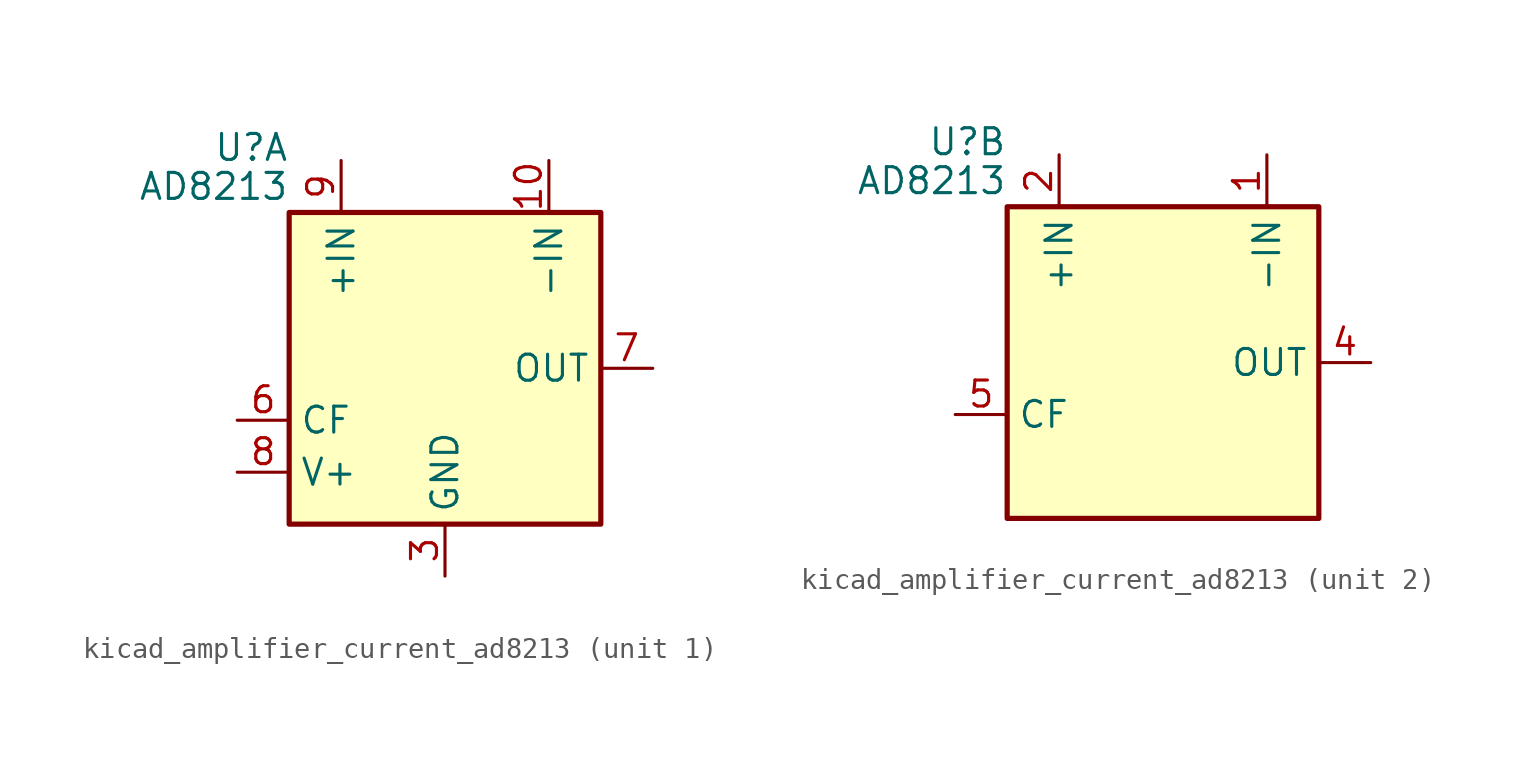
<source format=kicad_sym>
(kicad_symbol_lib
  (version 20220914)
  (generator kicad_symbol_editor)
  (symbol "kicad_amplifier_current_ad8213"
    (property "Reference" "U"
      (at -7.62 10.795 0)
      (effects (font (size 1.27 1.27)) (justify right)))
    (property "Value" "AD8213"
      (at -7.62 8.89 0)
      (effects (font (size 1.27 1.27)) (justify right)))
    (symbol "kicad_amplifier_current_ad8213_0_1"
      (rectangle (start -7.62 7.62) (end 7.62 -7.62) (stroke (width 0.254) (type default)) (fill (type background))))
    (symbol "kicad_amplifier_current_ad8213_1_1"
      (pin input line (at 5.08 10.16 270) (length 2.54) (name "-IN" (effects (font (size 1.27 1.27)))) (number "10" (effects (font (size 1.27 1.27)))))
      (pin power_in line (at 0 -10.16 90) (length 2.54) (name "GND" (effects (font (size 1.27 1.27)))) (number "3" (effects (font (size 1.27 1.27)))))
      (pin passive line (at -10.16 -2.54 0) (length 2.54) (name "CF" (effects (font (size 1.27 1.27)))) (number "6" (effects (font (size 1.27 1.27)))))
      (pin output line (at 10.16 0 180) (length 2.54) (name "OUT" (effects (font (size 1.27 1.27)))) (number "7" (effects (font (size 1.27 1.27)))))
      (pin power_in line (at -10.16 -5.08 0) (length 2.54) (name "V+" (effects (font (size 1.27 1.27)))) (number "8" (effects (font (size 1.27 1.27)))))
      (pin input line (at -5.08 10.16 270) (length 2.54) (name "+IN" (effects (font (size 1.27 1.27)))) (number "9" (effects (font (size 1.27 1.27))))))
    (symbol "kicad_amplifier_current_ad8213_2_1"
      (pin input line (at 5.08 10.16 270) (length 2.54) (name "-IN" (effects (font (size 1.27 1.27)))) (number "1" (effects (font (size 1.27 1.27)))))
      (pin input line (at -5.08 10.16 270) (length 2.54) (name "+IN" (effects (font (size 1.27 1.27)))) (number "2" (effects (font (size 1.27 1.27)))))
      (pin output line (at 10.16 0 180) (length 2.54) (name "OUT" (effects (font (size 1.27 1.27)))) (number "4" (effects (font (size 1.27 1.27)))))
      (pin passive line (at -10.16 -2.54 0) (length 2.54) (name "CF" (effects (font (size 1.27 1.27)))) (number "5" (effects (font (size 1.27 1.27))))))))
</source>
